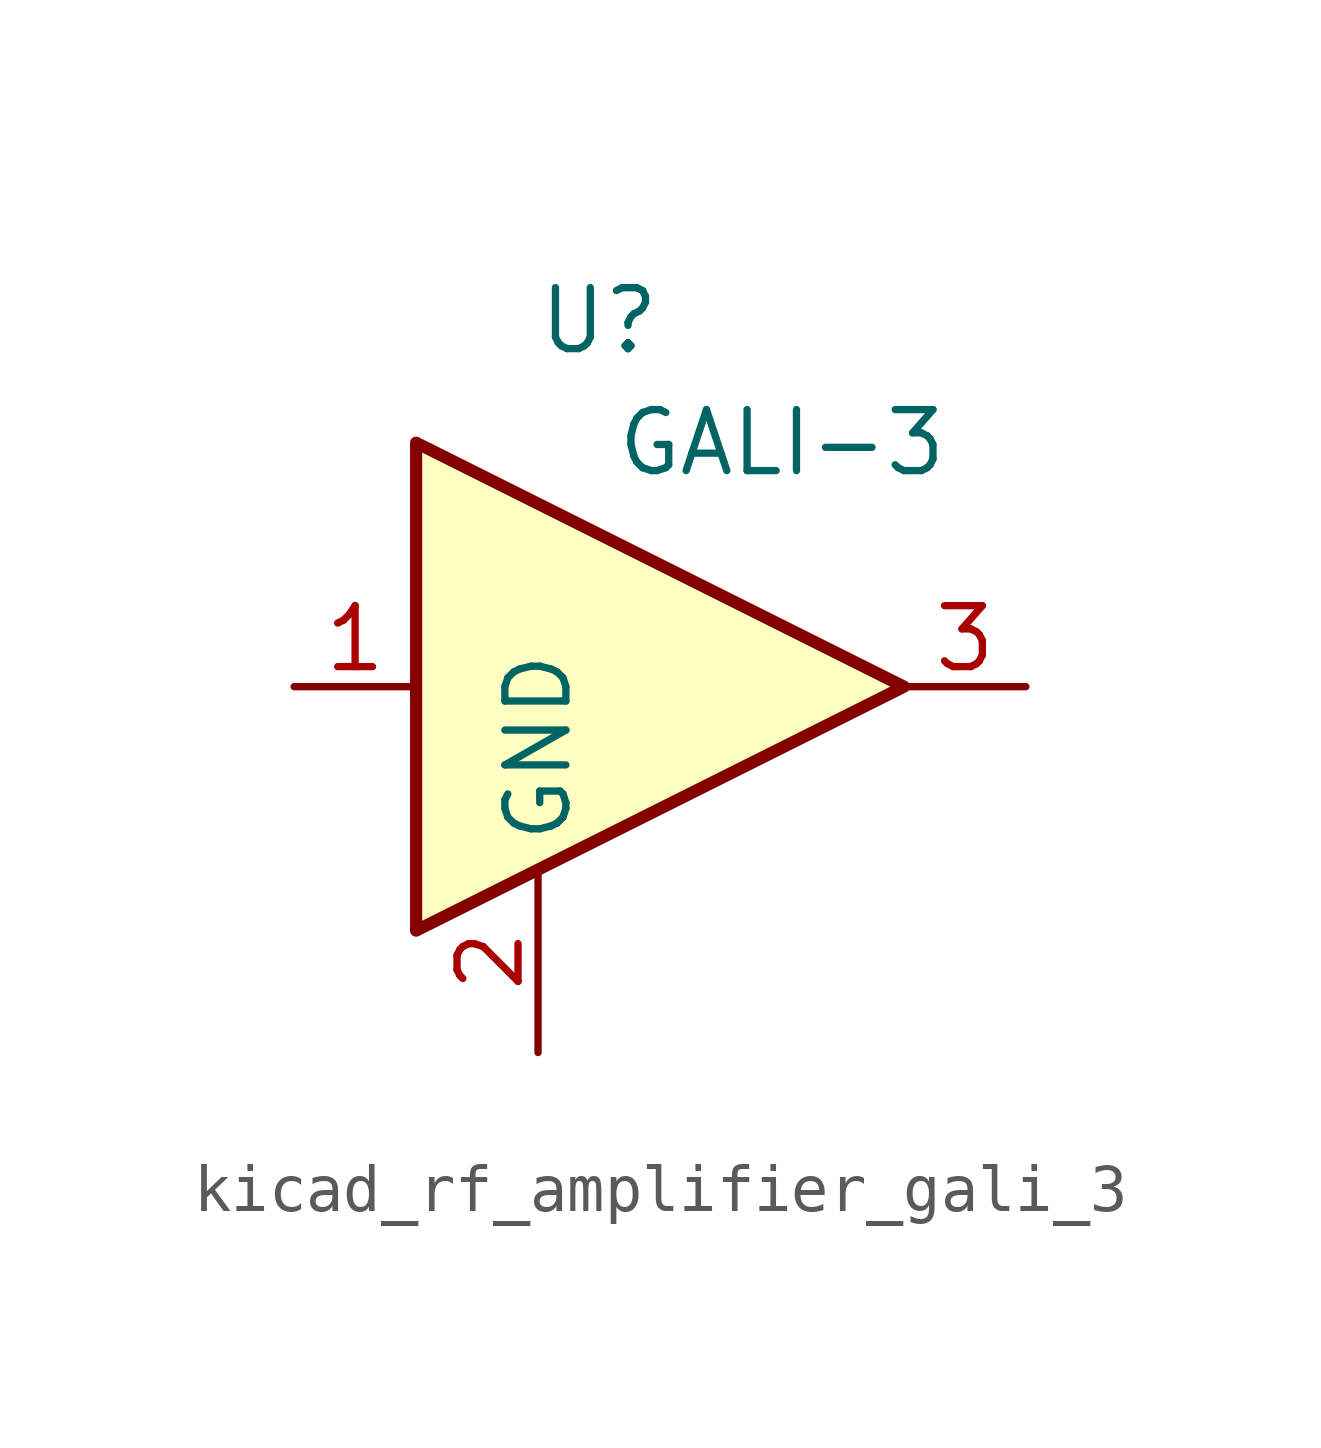
<source format=kicad_sym>
(kicad_symbol_lib
  (version 20220914)
  (generator kicad_symbol_editor)
  (symbol "kicad_rf_amplifier_gali_3"
    (property "Reference" "U"
      (at -1.27 7.62 0)
      (effects (font (size 1.27 1.27))))
    (property "Value" "GALI-3"
      (at 2.54 5.08 0)
      (effects (font (size 1.27 1.27))))
    (symbol "kicad_rf_amplifier_gali_3_0_1"
      (polyline (pts (xy 5.08 0) (xy -5.08 5.08) (xy -5.08 -5.08) (xy 5.08 0)) (stroke (width 0.254) (type default)) (fill (type background))))
    (symbol "kicad_rf_amplifier_gali_3_1_1"
      (pin input line (at -7.62 0 0) (length 2.54) (name "~" (effects (font (size 1.27 1.27)))) (number "1" (effects (font (size 1.27 1.27)))))
      (pin power_in line (at -2.54 -7.62 90) (length 3.81) (name "GND" (effects (font (size 1.27 1.27)))) (number "2" (effects (font (size 1.27 1.27)))))
      (pin output line (at 7.62 0 180) (length 2.54) (name "~" (effects (font (size 1.27 1.27)))) (number "3" (effects (font (size 1.27 1.27))))))))
</source>
